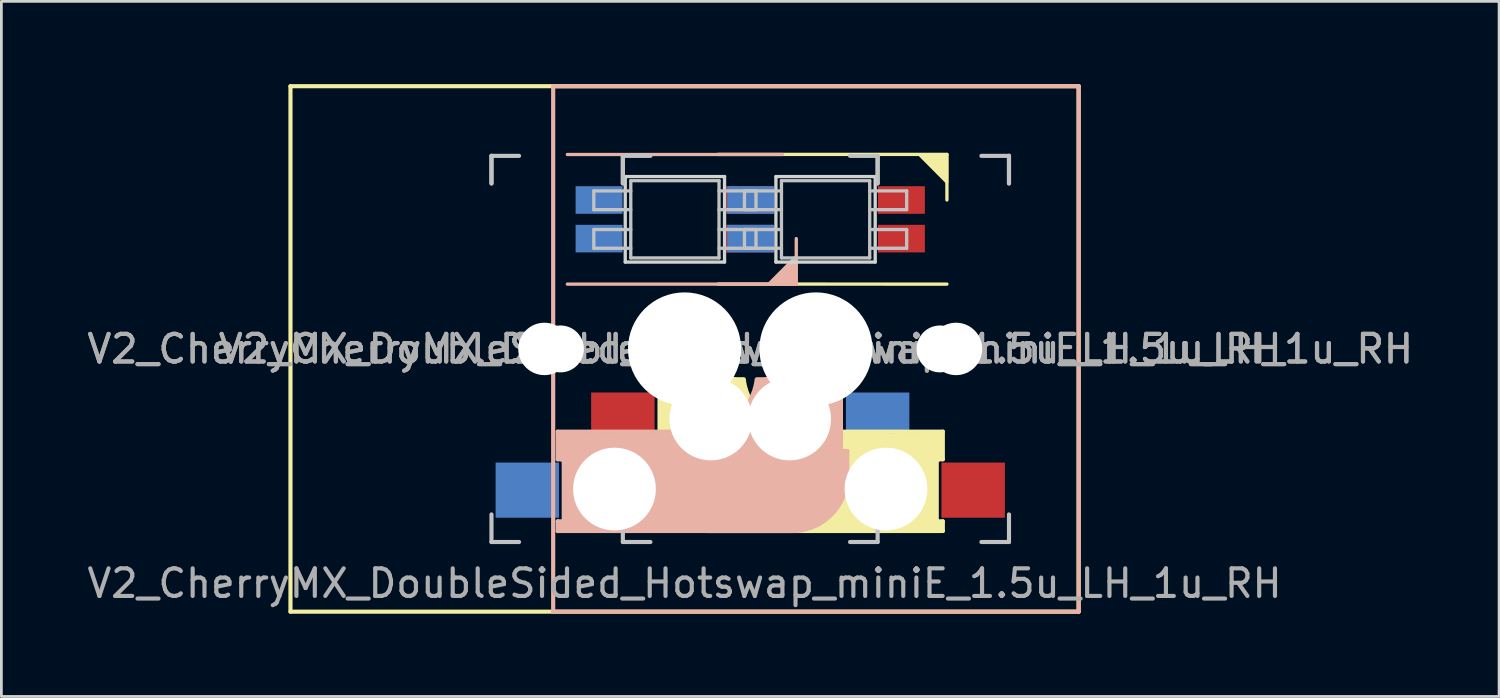
<source format=kicad_pcb>
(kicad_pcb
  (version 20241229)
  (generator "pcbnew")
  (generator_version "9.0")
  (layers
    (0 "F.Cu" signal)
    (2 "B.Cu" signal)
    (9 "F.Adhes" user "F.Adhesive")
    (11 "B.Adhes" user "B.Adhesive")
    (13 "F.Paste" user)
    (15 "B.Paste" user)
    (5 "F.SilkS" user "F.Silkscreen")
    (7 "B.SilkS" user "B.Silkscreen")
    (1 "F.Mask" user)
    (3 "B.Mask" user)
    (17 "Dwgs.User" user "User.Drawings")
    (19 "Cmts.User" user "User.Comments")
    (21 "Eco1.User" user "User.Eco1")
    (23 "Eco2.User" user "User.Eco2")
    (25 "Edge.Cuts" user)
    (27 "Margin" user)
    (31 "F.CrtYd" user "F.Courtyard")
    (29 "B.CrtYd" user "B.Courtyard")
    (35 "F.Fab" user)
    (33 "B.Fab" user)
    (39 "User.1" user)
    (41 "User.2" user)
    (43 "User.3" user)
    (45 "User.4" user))
  (footprint "V2_CherryMX_DoubleSided_Hotswap_miniE_1.5u_LH_1u_RH"
    (layer "F.Cu")
    (at 21.768 9.6)
    (property "Reference" "V2_CherryMX_DoubleSided_Hotswap_miniE_1.5u_LH_1u_RH" (at 0 8.5 0) (layer "F.Fab") (effects (font (size 1 1) (thickness 0.15))))
    (attr through_hole)
    (fp_line (start -14.287 -9.525) (end -14.287 9.525) (stroke (width 0.15) (type solid)) (layer "F.SilkS"))
    (fp_line (start -14.287 9.525) (end 14.287 9.525) (stroke (width 0.15) (type solid)) (layer "F.SilkS"))
    (fp_line (start -1.137 1.1) (end -1.137 1.46) (stroke (width 0.15) (type solid)) (layer "F.SilkS"))
    (fp_line (start -1.137 1.1) (end 2.143 1.1) (stroke (width 0.15) (type solid)) (layer "F.SilkS"))
    (fp_line (start -1.137 3.7) (end -0.938 3.7) (stroke (width 0.15) (type solid)) (layer "F.SilkS"))
    (fp_line (start -1.137 4.7) (end -1.137 3.7) (stroke (width 0.15) (type solid)) (layer "F.SilkS"))
    (fp_line (start -1.037 3.8) (end -1.038 4.7) (stroke (width 0.3) (type solid)) (layer "F.SilkS"))
    (fp_line (start -0.938 1.3) (end 1.762 1.3) (stroke (width 0.5) (type solid)) (layer "F.SilkS"))
    (fp_line (start -0.938 1.46) (end -1.137 1.46) (stroke (width 0.15) (type solid)) (layer "F.SilkS"))
    (fp_line (start -0.907 3.7) (end -0.907 1.46) (stroke (width 0.15) (type solid)) (layer "F.SilkS"))
    (fp_line (start -0.537 1.6) (end -0.537 3.4) (stroke (width 0.8) (type solid)) (layer "F.SilkS"))
    (fp_line (start 0.593 5.1) (end 0.593 2.86) (stroke (width 3) (type solid)) (layer "F.SilkS"))
    (fp_line (start 1.212 -7.052) (end 9.512 -7.052) (stroke (width 0.12) (type solid)) (layer "F.SilkS"))
    (fp_line (start 4.362 3) (end 9.363 3) (stroke (width 0.15) (type solid)) (layer "F.SilkS"))
    (fp_line (start 7.362 4.8) (end 0.662 4.8) (stroke (width 3.5) (type solid)) (layer "F.SilkS"))
    (fp_line (start 8.662 6) (end 8.662 3.5) (stroke (width 1) (type solid)) (layer "F.SilkS"))
    (fp_line (start 9.062 3.3) (end 7.662 3.3) (stroke (width 0.5) (type solid)) (layer "F.SilkS"))
    (fp_line (start 9.143 4) (end 9.143 6.25) (stroke (width 0.15) (type solid)) (layer "F.SilkS"))
    (fp_line (start 9.162 3.9) (end 9.162 3.2) (stroke (width 0.4) (type solid)) (layer "F.SilkS"))
    (fp_line (start 9.162 6.25) (end 9.363 6.25) (stroke (width 0.15) (type solid)) (layer "F.SilkS"))
    (fp_line (start 9.162 6.4) (end 7.763 6.4) (stroke (width 0.4) (type solid)) (layer "F.SilkS"))
    (fp_line (start 9.363 3) (end 9.363 4) (stroke (width 0.15) (type solid)) (layer "F.SilkS"))
    (fp_line (start 9.363 4) (end 9.162 4) (stroke (width 0.15) (type solid)) (layer "F.SilkS"))
    (fp_line (start 9.363 6.25) (end 9.363 6.6) (stroke (width 0.15) (type solid)) (layer "F.SilkS"))
    (fp_line (start 9.363 6.6) (end 0.963 6.6) (stroke (width 0.15) (type solid)) (layer "F.SilkS"))
    (fp_line (start 9.512 -7.052) (end 9.512 -5.401) (stroke (width 0.12) (type solid)) (layer "F.SilkS"))
    (fp_line (start 9.512 -2.349) (end 1.212 -2.352) (stroke (width 0.12) (type solid)) (layer "F.SilkS"))
    (fp_line (start 14.287 -9.525) (end -14.287 -9.525) (stroke (width 0.15) (type solid)) (layer "F.SilkS"))
    (fp_line (start 14.287 9.525) (end 14.287 -9.525) (stroke (width 0.15) (type solid)) (layer "F.SilkS"))
    (fp_arc (start 0.9625 6.600001) (mid -0.481004 6.084925) (end -1.137501 4.7) (stroke (width 0.15) (type solid)) (layer "F.SilkS"))
    (fp_arc (start 3.9625 3.4) (mid 2.493791 2.886118) (end 1.746182 1.521471) (stroke (width 1) (type solid)) (layer "F.SilkS"))
    (fp_arc (start 4.3625 3) (mid 2.893791 2.486118) (end 2.146182 1.121471) (stroke (width 0.15) (type solid)) (layer "F.SilkS"))
    (fp_poly (pts (xy 8.505 -7.049) (xy 9.512 -7.052) (xy 9.512 -6.036)) (stroke (width 0.1) (type solid)) (fill yes) (layer "F.SilkS"))
    (fp_line (start -4.763 -9.525) (end 14.287 -9.525) (stroke (width 0.15) (type solid)) (layer "B.SilkS"))
    (fp_line (start -4.763 9.525) (end -4.763 -9.525) (stroke (width 0.15) (type solid)) (layer "B.SilkS"))
    (fp_line (start -4.6 3) (end -4.6 4) (stroke (width 0.15) (type solid)) (layer "B.SilkS"))
    (fp_line (start -4.6 4) (end -4.4 4) (stroke (width 0.15) (type solid)) (layer "B.SilkS"))
    (fp_line (start -4.6 6.25) (end -4.6 6.6) (stroke (width 0.15) (type solid)) (layer "B.SilkS"))
    (fp_line (start -4.6 6.6) (end 3.8 6.6) (stroke (width 0.15) (type solid)) (layer "B.SilkS"))
    (fp_line (start -4.4 3.9) (end -4.4 3.2) (stroke (width 0.4) (type solid)) (layer "B.SilkS"))
    (fp_line (start -4.4 6.25) (end -4.6 6.25) (stroke (width 0.15) (type solid)) (layer "B.SilkS"))
    (fp_line (start -4.4 6.4) (end -3 6.4) (stroke (width 0.4) (type solid)) (layer "B.SilkS"))
    (fp_line (start -4.38 4) (end -4.38 6.25) (stroke (width 0.15) (type solid)) (layer "B.SilkS"))
    (fp_line (start -4.3 3.3) (end -2.9 3.3) (stroke (width 0.5) (type solid)) (layer "B.SilkS"))
    (fp_line (start -4.25 -2.349) (end 4.05 -2.349) (stroke (width 0.12) (type solid)) (layer "B.SilkS"))
    (fp_line (start -3.9 6) (end -3.9 3.5) (stroke (width 1) (type solid)) (layer "B.SilkS"))
    (fp_line (start -2.6 4.8) (end 4.1 4.8) (stroke (width 3.5) (type solid)) (layer "B.SilkS"))
    (fp_line (start 0.4 3) (end -4.6 3) (stroke (width 0.15) (type solid)) (layer "B.SilkS"))
    (fp_line (start 0.463 3.3) (end 1.863 3.3) (stroke (width 0.5) (type solid)) (layer "B.SilkS"))
    (fp_line (start 3.55 -7.049) (end -4.25 -7.049) (stroke (width 0.12) (type solid)) (layer "B.SilkS"))
    (fp_line (start 4.05 -2.349) (end 4.05 -4) (stroke (width 0.12) (type solid)) (layer "B.SilkS"))
    (fp_line (start 4.17 5.1) (end 4.17 2.86) (stroke (width 3) (type solid)) (layer "B.SilkS"))
    (fp_line (start 5.3 1.6) (end 5.3 3.4) (stroke (width 0.8) (type solid)) (layer "B.SilkS"))
    (fp_line (start 5.67 3.7) (end 5.67 1.46) (stroke (width 0.15) (type solid)) (layer "B.SilkS"))
    (fp_line (start 5.7 1.3) (end 3 1.3) (stroke (width 0.5) (type solid)) (layer "B.SilkS"))
    (fp_line (start 5.7 1.46) (end 5.9 1.46) (stroke (width 0.15) (type solid)) (layer "B.SilkS"))
    (fp_line (start 5.8 3.8) (end 5.8 4.7) (stroke (width 0.3) (type solid)) (layer "B.SilkS"))
    (fp_line (start 5.9 1.1) (end 2.62 1.1) (stroke (width 0.15) (type solid)) (layer "B.SilkS"))
    (fp_line (start 5.9 1.1) (end 5.9 1.46) (stroke (width 0.15) (type solid)) (layer "B.SilkS"))
    (fp_line (start 5.9 3.7) (end 5.7 3.7) (stroke (width 0.15) (type solid)) (layer "B.SilkS"))
    (fp_line (start 5.9 4.7) (end 5.9 3.7) (stroke (width 0.15) (type solid)) (layer "B.SilkS"))
    (fp_line (start 14.287 -9.525) (end 14.287 9.525) (stroke (width 0.15) (type solid)) (layer "B.SilkS"))
    (fp_line (start 14.287 9.525) (end -4.763 9.525) (stroke (width 0.15) (type solid)) (layer "B.SilkS"))
    (fp_arc (start 2.616318 1.121471) (mid 1.868709 2.486118) (end 0.4 3) (stroke (width 0.15) (type solid)) (layer "B.SilkS"))
    (fp_arc (start 3.016318 1.521471) (mid 2.268709 2.886118) (end 0.8 3.4) (stroke (width 1) (type solid)) (layer "B.SilkS"))
    (fp_arc (start 5.9 4.699999) (mid 5.243504 6.084924) (end 3.800001 6.6) (stroke (width 0.15) (type solid)) (layer "B.SilkS"))
    (fp_poly (pts (xy 4.05 -3.365) (xy 4.05 -2.349) (xy 3.042 -2.349)) (stroke (width 0.1) (type solid)) (fill yes) (layer "B.SilkS"))
    (fp_line (start -7 -7) (end -7 -6) (stroke (width 0.15) (type solid)) (layer "Dwgs.User"))
    (fp_line (start -7 -7) (end -6 -7) (stroke (width 0.15) (type solid)) (layer "Dwgs.User"))
    (fp_line (start -7 -6) (end -7 -7) (stroke (width 0.15) (type solid)) (layer "Dwgs.User"))
    (fp_line (start -7 7) (end -7 6) (stroke (width 0.15) (type solid)) (layer "Dwgs.User"))
    (fp_line (start -7 7) (end -6 7) (stroke (width 0.15) (type solid)) (layer "Dwgs.User"))
    (fp_line (start -3.29 -5.729) (end -3.29 -5.049) (stroke (width 0.12) (type solid)) (layer "Dwgs.User"))
    (fp_line (start -3.29 -5.049) (end -1.95 -5.049) (stroke (width 0.12) (type solid)) (layer "Dwgs.User"))
    (fp_line (start -3.29 -4.329) (end -3.29 -3.649) (stroke (width 0.12) (type solid)) (layer "Dwgs.User"))
    (fp_line (start -3.29 -3.649) (end -1.95 -3.649) (stroke (width 0.12) (type solid)) (layer "Dwgs.User"))
    (fp_line (start -2.237 -7) (end -2.237 -6) (stroke (width 0.15) (type solid)) (layer "Dwgs.User"))
    (fp_line (start -2.237 -7) (end -1.238 -7) (stroke (width 0.15) (type solid)) (layer "Dwgs.User"))
    (fp_line (start -2.237 -6) (end -2.237 -7) (stroke (width 0.15) (type solid)) (layer "Dwgs.User"))
    (fp_line (start -2.237 7) (end -2.237 6) (stroke (width 0.15) (type solid)) (layer "Dwgs.User"))
    (fp_line (start -2.237 7) (end -1.238 7) (stroke (width 0.15) (type solid)) (layer "Dwgs.User"))
    (fp_line (start -1.95 -5.729) (end -3.29 -5.729) (stroke (width 0.12) (type solid)) (layer "Dwgs.User"))
    (fp_line (start -1.95 -4.329) (end -3.29 -4.329) (stroke (width 0.12) (type solid)) (layer "Dwgs.User"))
    (fp_line (start -1.95 -3.299) (end -1.95 -6.099) (stroke (width 0.12) (type solid)) (layer "Dwgs.User"))
    (fp_line (start 1.25 -6.099) (end -1.95 -6.099) (stroke (width 0.12) (type solid)) (layer "Dwgs.User"))
    (fp_line (start 1.25 -5.049) (end 2.59 -5.049) (stroke (width 0.12) (type solid)) (layer "Dwgs.User"))
    (fp_line (start 1.25 -3.649) (end 2.59 -3.649) (stroke (width 0.12) (type solid)) (layer "Dwgs.User"))
    (fp_line (start 1.25 -3.299) (end -1.95 -3.299) (stroke (width 0.12) (type solid)) (layer "Dwgs.User"))
    (fp_line (start 1.25 -3.299) (end 1.25 -6.099) (stroke (width 0.12) (type solid)) (layer "Dwgs.User"))
    (fp_line (start 2.172 -5.729) (end 2.172 -5.049) (stroke (width 0.12) (type solid)) (layer "Dwgs.User"))
    (fp_line (start 2.172 -5.049) (end 3.513 -5.049) (stroke (width 0.12) (type solid)) (layer "Dwgs.User"))
    (fp_line (start 2.172 -4.329) (end 2.172 -3.649) (stroke (width 0.12) (type solid)) (layer "Dwgs.User"))
    (fp_line (start 2.172 -3.649) (end 3.513 -3.649) (stroke (width 0.12) (type solid)) (layer "Dwgs.User"))
    (fp_line (start 2.59 -5.729) (end 1.25 -5.729) (stroke (width 0.12) (type solid)) (layer "Dwgs.User"))
    (fp_line (start 2.59 -5.049) (end 2.59 -5.729) (stroke (width 0.12) (type solid)) (layer "Dwgs.User"))
    (fp_line (start 2.59 -4.329) (end 1.25 -4.329) (stroke (width 0.12) (type solid)) (layer "Dwgs.User"))
    (fp_line (start 2.59 -3.649) (end 2.59 -4.329) (stroke (width 0.12) (type solid)) (layer "Dwgs.User"))
    (fp_line (start 3.513 -5.729) (end 2.172 -5.729) (stroke (width 0.12) (type solid)) (layer "Dwgs.User"))
    (fp_line (start 3.513 -4.329) (end 2.172 -4.329) (stroke (width 0.12) (type solid)) (layer "Dwgs.User"))
    (fp_line (start 3.513 -3.299) (end 3.513 -6.099) (stroke (width 0.12) (type solid)) (layer "Dwgs.User"))
    (fp_line (start 6.713 -6.099) (end 3.513 -6.099) (stroke (width 0.12) (type solid)) (layer "Dwgs.User"))
    (fp_line (start 6.713 -5.049) (end 8.053 -5.049) (stroke (width 0.12) (type solid)) (layer "Dwgs.User"))
    (fp_line (start 6.713 -3.649) (end 8.053 -3.649) (stroke (width 0.12) (type solid)) (layer "Dwgs.User"))
    (fp_line (start 6.713 -3.299) (end 3.513 -3.299) (stroke (width 0.12) (type solid)) (layer "Dwgs.User"))
    (fp_line (start 6.713 -3.299) (end 6.713 -6.099) (stroke (width 0.12) (type solid)) (layer "Dwgs.User"))
    (fp_line (start 7 -7) (end 6 -7) (stroke (width 0.15) (type solid)) (layer "Dwgs.User"))
    (fp_line (start 7 -6) (end 7 -7) (stroke (width 0.15) (type solid)) (layer "Dwgs.User"))
    (fp_line (start 7 -6) (end 7 -7) (stroke (width 0.15) (type solid)) (layer "Dwgs.User"))
    (fp_line (start 7 6) (end 7 7) (stroke (width 0.15) (type solid)) (layer "Dwgs.User"))
    (fp_line (start 7 7) (end 6 7) (stroke (width 0.15) (type solid)) (layer "Dwgs.User"))
    (fp_line (start 8.053 -5.729) (end 6.713 -5.729) (stroke (width 0.12) (type solid)) (layer "Dwgs.User"))
    (fp_line (start 8.053 -5.049) (end 8.053 -5.729) (stroke (width 0.12) (type solid)) (layer "Dwgs.User"))
    (fp_line (start 8.053 -4.329) (end 6.713 -4.329) (stroke (width 0.12) (type solid)) (layer "Dwgs.User"))
    (fp_line (start 8.053 -3.649) (end 8.053 -4.329) (stroke (width 0.12) (type solid)) (layer "Dwgs.User"))
    (fp_line (start 11.762 -7) (end 10.762 -7) (stroke (width 0.15) (type solid)) (layer "Dwgs.User"))
    (fp_line (start 11.762 -6) (end 11.762 -7) (stroke (width 0.15) (type solid)) (layer "Dwgs.User"))
    (fp_line (start 11.762 -6) (end 11.762 -7) (stroke (width 0.15) (type solid)) (layer "Dwgs.User"))
    (fp_line (start 11.762 6) (end 11.762 7) (stroke (width 0.15) (type solid)) (layer "Dwgs.User"))
    (fp_line (start 11.762 7) (end 10.762 7) (stroke (width 0.15) (type solid)) (layer "Dwgs.User"))
    (fp_line (start -2.15 -6.249) (end -2.15 -3.149) (stroke (width 0.12) (type solid)) (layer "Edge.Cuts"))
    (fp_line (start -2.15 -3.149) (end 1.45 -3.149) (stroke (width 0.12) (type solid)) (layer "Edge.Cuts"))
    (fp_line (start 1.45 -6.249) (end -2.15 -6.249) (stroke (width 0.12) (type solid)) (layer "Edge.Cuts"))
    (fp_line (start 1.45 -3.149) (end 1.45 -6.249) (stroke (width 0.12) (type solid)) (layer "Edge.Cuts"))
    (fp_line (start 3.312 -6.249) (end 3.312 -3.149) (stroke (width 0.12) (type solid)) (layer "Edge.Cuts"))
    (fp_line (start 3.312 -3.149) (end 6.912 -3.149) (stroke (width 0.12) (type solid)) (layer "Edge.Cuts"))
    (fp_line (start 6.912 -6.249) (end 3.312 -6.249) (stroke (width 0.12) (type solid)) (layer "Edge.Cuts"))
    (fp_line (start 6.912 -3.149) (end 6.912 -6.249) (stroke (width 0.12) (type solid)) (layer "Edge.Cuts"))
    (fp_text user "${REFERENCE}" (at 4.763 0 180) (layer "F.Fab") (effects (font (size 1 1) (thickness 0.15))))
    (fp_text user "${REFERENCE}" (at 0 0 180) (layer "F.Fab") (effects (font (size 1 1) (thickness 0.15))))
    (fp_text user "${REFERENCE}" (at 0 0 180) (layer "F.Fab") (effects (font (size 1 1) (thickness 0.15))))
    (fp_text user "${REFERENCE}" (at 4.763 0 180) (layer "F.Fab") (effects (font (size 1 1) (thickness 0.15))))
    (pad "" np_thru_hole circle (at -5.08 0 180) (size 1.9 1.9) (drill 1.9) (layers "*.Cu" "*.Mask"))
    (pad "" np_thru_hole circle (at -4.5 0 180) (size 1.7 1.7) (drill 1.7) (layers "*.Cu" "*.Mask"))
    (pad "" np_thru_hole circle (at -2.54 5.08) (size 3 3) (drill 3) (layers "*.Cu" "*.Mask"))
    (pad "" np_thru_hole circle (at -0.318 0 180) (size 1.9 1.9) (drill 1.9) (layers "*.Cu" "*.Mask"))
    (pad "" np_thru_hole circle (at 0 0 270) (size 4.1 4.1) (drill 4.1) (layers "*.Cu" "*.Mask"))
    (pad "" np_thru_hole circle (at 0.263 0 180) (size 1.7 1.7) (drill 1.7) (layers "*.Cu" "*.Mask"))
    (pad "" np_thru_hole circle (at 0.953 2.54) (size 3 3) (drill 3) (layers "*.Cu" "*.Mask"))
    (pad "" np_thru_hole circle (at 3.81 2.54) (size 3 3) (drill 3) (layers "*.Cu" "*.Mask"))
    (pad "" np_thru_hole circle (at 4.5 0 180) (size 1.7 1.7) (drill 1.7) (layers "*.Cu" "*.Mask"))
    (pad "" np_thru_hole circle (at 4.763 0 270) (size 4.1 4.1) (drill 4.1) (layers "*.Cu" "*.Mask"))
    (pad "" np_thru_hole circle (at 5.08 0 180) (size 1.9 1.9) (drill 1.9) (layers "*.Cu" "*.Mask"))
    (pad "" np_thru_hole circle (at 7.303 5.08) (size 3 3) (drill 3) (layers "*.Cu" "*.Mask"))
    (pad "" np_thru_hole circle (at 9.262 0 180) (size 1.7 1.7) (drill 1.7) (layers "*.Cu" "*.Mask"))
    (pad "" np_thru_hole circle (at 9.842 0 180) (size 1.9 1.9) (drill 1.9) (layers "*.Cu" "*.Mask"))
    (pad "1" smd rect (at -3.1 -5.399 180) (size 1.7 1) (layers "B.Cu" "B.Mask" "B.Paste"))
    (pad "1" smd rect (at 2.362 -3.999 180) (size 1.7 1) (layers "F.Cu" "F.Mask" "F.Paste"))
    (pad "2" smd rect (at -3.1 -3.999 180) (size 1.7 1) (layers "B.Cu" "B.Mask" "B.Paste"))
    (pad "2" smd rect (at 2.362 -5.399 180) (size 1.7 1) (layers "F.Cu" "F.Mask" "F.Paste"))
    (pad "3" smd rect (at 2.4 -3.999 180) (size 1.7 1) (layers "B.Cu" "B.Mask" "B.Paste"))
    (pad "3" smd rect (at 7.862 -5.399 180) (size 1.7 1) (layers "F.Cu" "F.Mask" "F.Paste"))
    (pad "4" smd rect (at 2.4 -5.399 180) (size 1.7 1) (layers "B.Cu" "B.Mask" "B.Paste"))
    (pad "4" smd rect (at 7.862 -3.999 180) (size 1.7 1) (layers "F.Cu" "F.Mask" "F.Paste"))
    (pad "5" smd rect (at -5.7 5.12) (size 2.3 2) (layers "B.Cu" "B.Mask" "B.Paste"))
    (pad "5" smd rect (at 10.463 5.12) (size 2.3 2) (layers "F.Cu" "F.Mask" "F.Paste"))
    (pad "6" smd rect (at -2.237 2.58) (size 2.3 2) (layers "F.Cu" "F.Mask" "F.Paste"))
    (pad "6" smd rect (at 7 2.58) (size 2.3 2) (layers "B.Cu" "B.Mask" "B.Paste")))
  (gr_rect
    (start -3 -3)
    (end 51.298 22.2)
    (stroke (width 0.1) (type default))
    (fill no)
    (layer "Edge.Cuts")))
</source>
